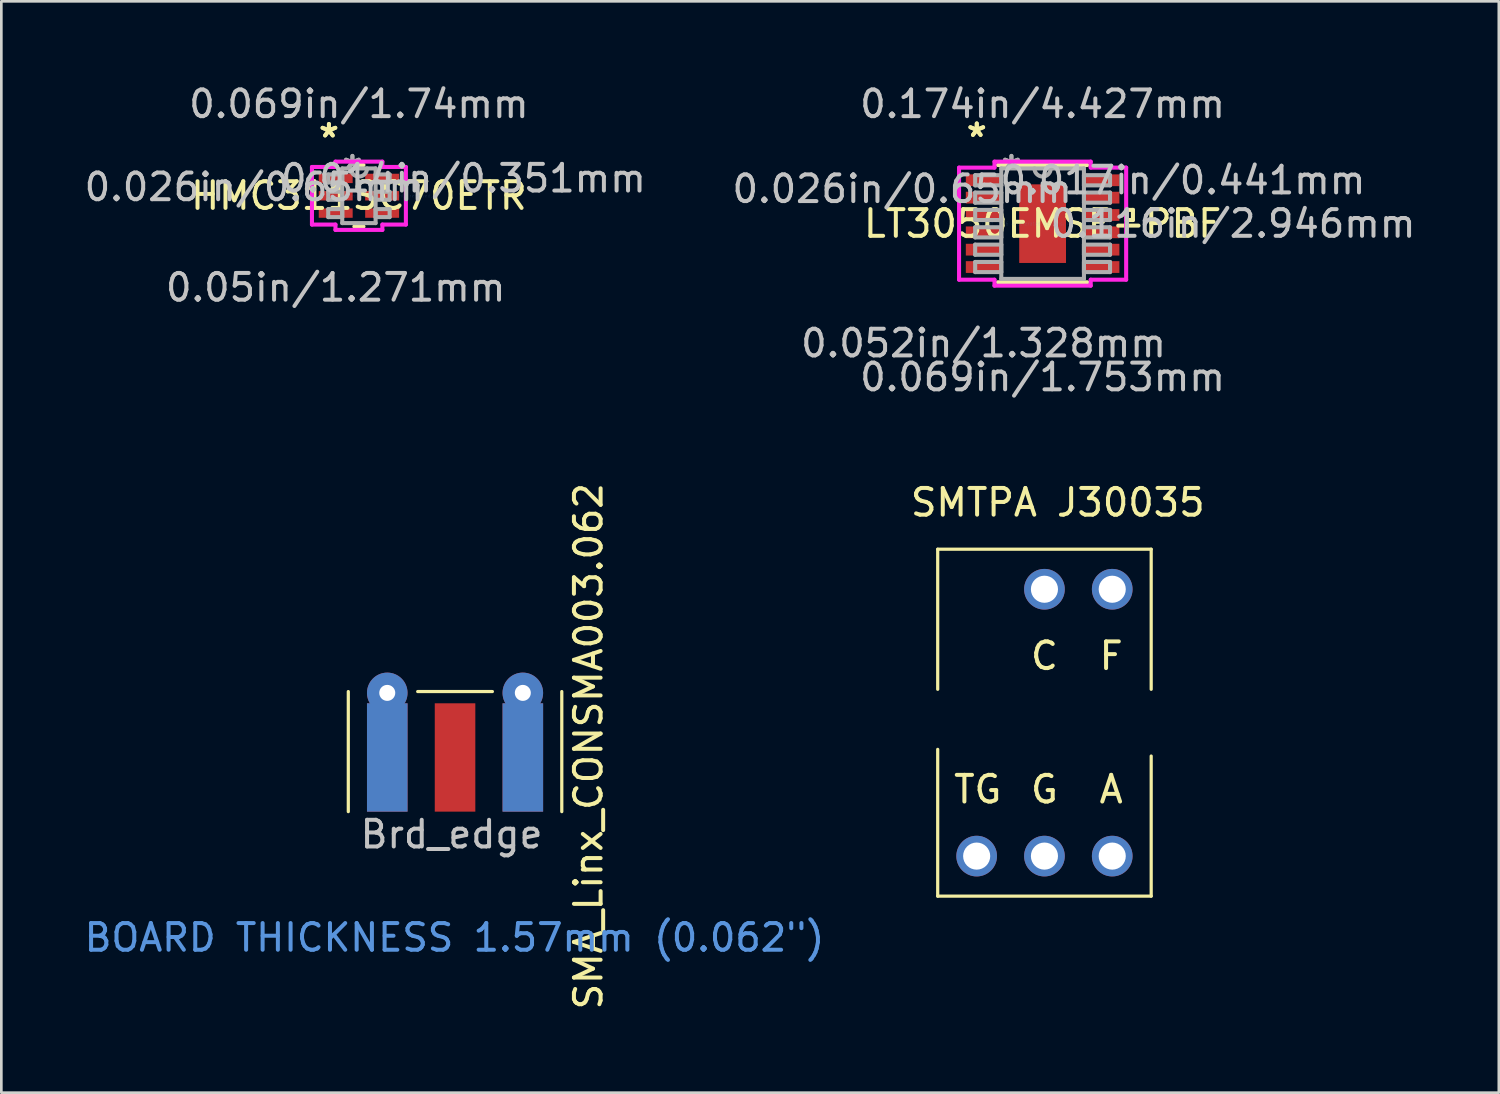
<source format=kicad_pcb>
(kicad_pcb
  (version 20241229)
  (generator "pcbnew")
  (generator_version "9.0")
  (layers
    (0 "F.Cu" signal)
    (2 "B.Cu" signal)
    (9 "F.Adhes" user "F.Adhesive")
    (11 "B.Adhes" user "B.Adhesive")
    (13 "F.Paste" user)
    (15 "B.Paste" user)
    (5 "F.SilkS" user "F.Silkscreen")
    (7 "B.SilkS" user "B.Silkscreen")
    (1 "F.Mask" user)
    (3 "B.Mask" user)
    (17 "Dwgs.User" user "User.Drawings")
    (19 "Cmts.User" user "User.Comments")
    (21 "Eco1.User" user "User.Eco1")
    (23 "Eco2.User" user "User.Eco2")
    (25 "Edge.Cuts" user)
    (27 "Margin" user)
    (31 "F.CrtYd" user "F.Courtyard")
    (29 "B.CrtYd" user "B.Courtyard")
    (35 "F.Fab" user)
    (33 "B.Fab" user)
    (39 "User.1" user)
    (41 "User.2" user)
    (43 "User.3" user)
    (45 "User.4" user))
  (footprint "HMC311SC70ETR"
    (layer "F.Cu")
    (at 10.4 4.286)
    (property "Reference" "HMC311SC70ETR" (at 0 0 0) (layer "F.SilkS") (effects (font (size 1 1) (thickness 0.15))))
    (attr through_hole)
    (fp_line (start -0.171 1.152) (end 0.171 1.152) (stroke (width 0.152) (type solid)) (layer "F.SilkS"))
    (fp_line (start 0.171 -1.152) (end -0.171 -1.152) (stroke (width 0.152) (type solid)) (layer "F.SilkS"))
    (fp_line (start -1.76 -1.079) (end -0.879 -1.079) (stroke (width 0.152) (type solid)) (layer "F.CrtYd"))
    (fp_line (start -1.76 1.079) (end -1.76 -1.079) (stroke (width 0.152) (type solid)) (layer "F.CrtYd"))
    (fp_line (start -0.879 -1.279) (end 0.879 -1.279) (stroke (width 0.152) (type solid)) (layer "F.CrtYd"))
    (fp_line (start -0.879 -1.079) (end -0.879 -1.279) (stroke (width 0.152) (type solid)) (layer "F.CrtYd"))
    (fp_line (start -0.879 1.079) (end -1.76 1.079) (stroke (width 0.152) (type solid)) (layer "F.CrtYd"))
    (fp_line (start -0.879 1.279) (end -0.879 1.079) (stroke (width 0.152) (type solid)) (layer "F.CrtYd"))
    (fp_line (start 0.879 -1.279) (end 0.879 -1.079) (stroke (width 0.152) (type solid)) (layer "F.CrtYd"))
    (fp_line (start 0.879 -1.079) (end 1.76 -1.079) (stroke (width 0.152) (type solid)) (layer "F.CrtYd"))
    (fp_line (start 0.879 1.079) (end 0.879 1.279) (stroke (width 0.152) (type solid)) (layer "F.CrtYd"))
    (fp_line (start 0.879 1.279) (end -0.879 1.279) (stroke (width 0.152) (type solid)) (layer "F.CrtYd"))
    (fp_line (start 1.76 -1.079) (end 1.76 1.079) (stroke (width 0.152) (type solid)) (layer "F.CrtYd"))
    (fp_line (start 1.76 1.079) (end 0.879 1.079) (stroke (width 0.152) (type solid)) (layer "F.CrtYd"))
    (fp_line (start -1.15 -0.8) (end -1.15 -0.5) (stroke (width 0.152) (type solid)) (layer "F.Fab"))
    (fp_line (start -1.15 -0.5) (end -0.625 -0.5) (stroke (width 0.152) (type solid)) (layer "F.Fab"))
    (fp_line (start -1.15 -0.15) (end -1.15 0.15) (stroke (width 0.152) (type solid)) (layer "F.Fab"))
    (fp_line (start -1.15 0.15) (end -0.625 0.15) (stroke (width 0.152) (type solid)) (layer "F.Fab"))
    (fp_line (start -1.15 0.5) (end -1.15 0.8) (stroke (width 0.152) (type solid)) (layer "F.Fab"))
    (fp_line (start -1.15 0.8) (end -0.625 0.8) (stroke (width 0.152) (type solid)) (layer "F.Fab"))
    (fp_line (start -0.625 -1.025) (end -0.625 1.025) (stroke (width 0.152) (type solid)) (layer "F.Fab"))
    (fp_line (start -0.625 -0.8) (end -1.15 -0.8) (stroke (width 0.152) (type solid)) (layer "F.Fab"))
    (fp_line (start -0.625 -0.5) (end -0.625 -0.8) (stroke (width 0.152) (type solid)) (layer "F.Fab"))
    (fp_line (start -0.625 -0.15) (end -1.15 -0.15) (stroke (width 0.152) (type solid)) (layer "F.Fab"))
    (fp_line (start -0.625 0.15) (end -0.625 -0.15) (stroke (width 0.152) (type solid)) (layer "F.Fab"))
    (fp_line (start -0.625 0.5) (end -1.15 0.5) (stroke (width 0.152) (type solid)) (layer "F.Fab"))
    (fp_line (start -0.625 0.8) (end -0.625 0.5) (stroke (width 0.152) (type solid)) (layer "F.Fab"))
    (fp_line (start -0.625 1.025) (end 0.625 1.025) (stroke (width 0.152) (type solid)) (layer "F.Fab"))
    (fp_line (start 0.625 -1.025) (end -0.625 -1.025) (stroke (width 0.152) (type solid)) (layer "F.Fab"))
    (fp_line (start 0.625 -0.8) (end 0.625 -0.5) (stroke (width 0.152) (type solid)) (layer "F.Fab"))
    (fp_line (start 0.625 -0.5) (end 1.15 -0.5) (stroke (width 0.152) (type solid)) (layer "F.Fab"))
    (fp_line (start 0.625 -0.15) (end 0.625 0.15) (stroke (width 0.152) (type solid)) (layer "F.Fab"))
    (fp_line (start 0.625 0.15) (end 1.15 0.15) (stroke (width 0.152) (type solid)) (layer "F.Fab"))
    (fp_line (start 0.625 0.5) (end 0.625 0.8) (stroke (width 0.152) (type solid)) (layer "F.Fab"))
    (fp_line (start 0.625 0.8) (end 1.15 0.8) (stroke (width 0.152) (type solid)) (layer "F.Fab"))
    (fp_line (start 0.625 1.025) (end 0.625 -1.025) (stroke (width 0.152) (type solid)) (layer "F.Fab"))
    (fp_line (start 1.15 -0.8) (end 0.625 -0.8) (stroke (width 0.152) (type solid)) (layer "F.Fab"))
    (fp_line (start 1.15 -0.5) (end 1.15 -0.8) (stroke (width 0.152) (type solid)) (layer "F.Fab"))
    (fp_line (start 1.15 -0.15) (end 0.625 -0.15) (stroke (width 0.152) (type solid)) (layer "F.Fab"))
    (fp_line (start 1.15 0.15) (end 1.15 -0.15) (stroke (width 0.152) (type solid)) (layer "F.Fab"))
    (fp_line (start 1.15 0.5) (end 0.625 0.5) (stroke (width 0.152) (type solid)) (layer "F.Fab"))
    (fp_line (start 1.15 0.8) (end 1.15 0.5) (stroke (width 0.152) (type solid)) (layer "F.Fab"))
    (fp_arc (start 0.3048 -1.025) (mid 0 -0.7202) (end -0.3048 -1.025) (stroke (width 0.1524) (type solid)) (layer "F.Fab"))
    (fp_text user "*" (at -1.124 -2.144 0) (layer "F.SilkS") (effects (font (size 1 1) (thickness 0.15))))
    (fp_text user "*" (at -1.124 -2.144 0) (layer "F.SilkS") (effects (font (size 1 1) (thickness 0.15))))
    (fp_text user "0.05in/1.271mm" (at -0.87 3.438 0) (layer "Dwgs.User") (effects (font (size 1 1) (thickness 0.15))))
    (fp_text user "0.026in/0.65mm" (at -3.918 -0.325 0) (layer "Dwgs.User") (effects (font (size 1 1) (thickness 0.15))))
    (fp_text user "0.014in/0.351mm" (at 3.918 -0.65 0) (layer "Dwgs.User") (effects (font (size 1 1) (thickness 0.15))))
    (fp_text user "0.069in/1.74mm" (at 0 -3.438 0) (layer "Dwgs.User") (effects (font (size 1 1) (thickness 0.15))))
    (fp_text user "Copyright 2016 Accelerated Designs. All rights reserved." (at 0 0 0) (layer "Cmts.User") (effects (font (size 0.127 0.127) (thickness 0.002))))
    (fp_text user "*" (at -0.244 -0.949 0) (layer "F.Fab") (effects (font (size 1 1) (thickness 0.15))))
    (fp_text user "*" (at -0.244 -0.949 0) (layer "F.Fab") (effects (font (size 1 1) (thickness 0.15))))
    (pad "1" smd rect (at -0.87 -0.65) (size 1.271 0.351) (layers "F.Cu" "F.Mask" "F.Paste"))
    (pad "2" smd rect (at -0.87 0) (size 1.271 0.351) (layers "F.Cu" "F.Mask" "F.Paste"))
    (pad "3" smd rect (at -0.87 0.65) (size 1.271 0.351) (layers "F.Cu" "F.Mask" "F.Paste"))
    (pad "4" smd rect (at 0.87 0.65) (size 1.271 0.351) (layers "F.Cu" "F.Mask" "F.Paste"))
    (pad "5" smd rect (at 0.87 0) (size 1.271 0.351) (layers "F.Cu" "F.Mask" "F.Paste"))
    (pad "6" smd rect (at 0.87 -0.65) (size 1.271 0.351) (layers "F.Cu" "F.Mask" "F.Paste")))
  (footprint "SMA_Linx_CONSMA003.062"
    (layer "F.Cu")
    (at 14.002 27.365)
    (property "Reference" "SMA_Linx_CONSMA003.062" (at 5 -2.45 90) (layer "F.SilkS") (effects (font (size 1 1) (thickness 0.15))))
    (attr exclude_from_pos_files exclude_from_bom)
    (fp_line (start -4 0) (end -4 -4.5) (stroke (width 0.12) (type solid)) (layer "F.SilkS"))
    (fp_line (start -1.4 -4.5) (end 1.4 -4.5) (stroke (width 0.12) (type solid)) (layer "F.SilkS"))
    (fp_line (start 4 -4.5) (end 4 0) (stroke (width 0.12) (type solid)) (layer "F.SilkS"))
    (fp_text user "Brd_edge" (at -0.13 0.85 0) (layer "Dwgs.User") (effects (font (size 1 1) (thickness 0.15))))
    (fp_text user "BOARD THICKNESS 1.57mm (0.062\")" (at -0.02 4.72 0) (layer "Cmts.User") (effects (font (size 1 1) (thickness 0.15))))
    (pad "1" smd rect (at 0 -2.03) (size 1.52 4.06) (layers "F.Cu" "F.Mask" "F.Paste"))
    (pad "2" thru_hole circle (at -2.54 -4.45) (size 1.52 1.52) (drill 0.6) (layers "*.Cu" "*.Mask"))
    (pad "2" smd rect (at -2.54 -2.03) (size 1.52 4.06) (layers "F.Cu" "F.Mask" "F.Paste"))
    (pad "2" smd rect (at -2.54 -2.03) (size 1.52 4.06) (layers "B.Cu" "B.Mask" "B.Paste"))
    (pad "2" thru_hole circle (at 2.54 -4.45) (size 1.52 1.52) (drill 0.6) (layers "*.Cu" "*.Mask"))
    (pad "2" smd rect (at 2.54 -2.03) (size 1.52 4.06) (layers "F.Cu" "F.Mask" "F.Paste"))
    (pad "2" smd rect (at 2.54 -2.03) (size 1.52 4.06) (layers "B.Cu" "B.Mask" "B.Paste")))
  (footprint "SMTPA J30035"
    (layer "F.Cu")
    (at 36.089 24.031)
    (property "Reference" "SMTPA J30035" (at 0.5 -8.25 0) (layer "F.SilkS") (effects (font (size 1 1) (thickness 0.15))))
    (attr through_hole)
    (fp_line (start -4 -6.5) (end -4 -1.25) (stroke (width 0.12) (type solid)) (layer "F.SilkS"))
    (fp_line (start -4 1) (end -4 6.5) (stroke (width 0.12) (type solid)) (layer "F.SilkS"))
    (fp_line (start -4 6.5) (end 4 6.5) (stroke (width 0.12) (type solid)) (layer "F.SilkS"))
    (fp_line (start 4 -6.5) (end -4 -6.5) (stroke (width 0.12) (type solid)) (layer "F.SilkS"))
    (fp_line (start 4 -1.25) (end 4 -6.5) (stroke (width 0.12) (type solid)) (layer "F.SilkS"))
    (fp_line (start 4 6.5) (end 4 1.25) (stroke (width 0.12) (type solid)) (layer "F.SilkS"))
    (fp_text user "TG" (at -2.5 2.5 0) (layer "F.SilkS") (effects (font (size 1 1) (thickness 0.15))))
    (fp_text user "A" (at 2.5 2.5 0) (layer "F.SilkS") (effects (font (size 1 1) (thickness 0.15))))
    (fp_text user "G" (at 0 2.5 0) (layer "F.SilkS") (effects (font (size 1 1) (thickness 0.15))))
    (fp_text user "C" (at 0 -2.5 0) (layer "F.SilkS") (effects (font (size 1 1) (thickness 0.15))))
    (fp_text user "F" (at 2.5 -2.5 0) (layer "F.SilkS") (effects (font (size 1 1) (thickness 0.15))))
    (pad "1" thru_hole circle (at 2.54 5 90) (size 1.524 1.524) (drill 1.016) (layers "*.Cu" "*.Mask"))
    (pad "2" thru_hole circle (at 2.54 -5 90) (size 1.524 1.524) (drill 1.016) (layers "*.Cu" "*.Mask"))
    (pad "3" thru_hole circle (at 0 -5 90) (size 1.524 1.524) (drill 1.016) (layers "*.Cu" "*.Mask"))
    (pad "4" thru_hole circle (at -2.54 5 90) (size 1.524 1.524) (drill 1.016) (layers "*.Cu" "*.Mask"))
    (pad "5" thru_hole circle (at 0 5 90) (size 1.524 1.524) (drill 1.016) (layers "*.Cu" "*.Mask")))
  (footprint "LT3050EMSE-PBF"
    (layer "F.Cu")
    (at 36.02 5.331)
    (property "Reference" "LT3050EMSE-PBF" (at 0 0 0) (layer "F.SilkS") (effects (font (size 1 1) (thickness 0.15))))
    (attr through_hole)
    (fp_line (start -1.676 2.197) (end 1.676 2.197) (stroke (width 0.152) (type solid)) (layer "F.SilkS"))
    (fp_line (start 1.676 -2.197) (end -1.676 -2.197) (stroke (width 0.152) (type solid)) (layer "F.SilkS"))
    (fp_line (start 3.131 -0.516) (end 3.385 -0.516) (stroke (width 0.152) (type solid)) (layer "F.SilkS"))
    (fp_line (start 3.131 -0.135) (end 3.131 -0.516) (stroke (width 0.152) (type solid)) (layer "F.SilkS"))
    (fp_line (start 3.385 -0.516) (end 3.385 -0.135) (stroke (width 0.152) (type solid)) (layer "F.SilkS"))
    (fp_line (start 3.385 -0.135) (end 3.131 -0.135) (stroke (width 0.152) (type solid)) (layer "F.SilkS"))
    (fp_line (start -0.776 -1.373) (end -0.776 -0.1) (stroke (width 0.152) (type solid)) (layer "F.Paste"))
    (fp_line (start -0.776 -0.1) (end 0.776 -0.1) (stroke (width 0.152) (type solid)) (layer "F.Paste"))
    (fp_line (start -0.776 0.1) (end -0.776 1.373) (stroke (width 0.152) (type solid)) (layer "F.Paste"))
    (fp_line (start -0.776 1.373) (end 0.776 1.373) (stroke (width 0.152) (type solid)) (layer "F.Paste"))
    (fp_line (start 0.776 -1.373) (end -0.776 -1.373) (stroke (width 0.152) (type solid)) (layer "F.Paste"))
    (fp_line (start 0.776 -0.1) (end 0.776 -1.373) (stroke (width 0.152) (type solid)) (layer "F.Paste"))
    (fp_line (start 0.776 0.1) (end -0.776 0.1) (stroke (width 0.152) (type solid)) (layer "F.Paste"))
    (fp_line (start 0.776 1.373) (end 0.776 0.1) (stroke (width 0.152) (type solid)) (layer "F.Paste"))
    (fp_line (start -3.131 -2.1) (end -1.803 -2.1) (stroke (width 0.152) (type solid)) (layer "F.CrtYd"))
    (fp_line (start -3.131 2.1) (end -3.131 -2.1) (stroke (width 0.152) (type solid)) (layer "F.CrtYd"))
    (fp_line (start -1.803 -2.324) (end 1.803 -2.324) (stroke (width 0.152) (type solid)) (layer "F.CrtYd"))
    (fp_line (start -1.803 -2.1) (end -1.803 -2.324) (stroke (width 0.152) (type solid)) (layer "F.CrtYd"))
    (fp_line (start -1.803 2.1) (end -3.131 2.1) (stroke (width 0.152) (type solid)) (layer "F.CrtYd"))
    (fp_line (start -1.803 2.324) (end -1.803 2.1) (stroke (width 0.152) (type solid)) (layer "F.CrtYd"))
    (fp_line (start 1.803 -2.324) (end 1.803 -2.1) (stroke (width 0.152) (type solid)) (layer "F.CrtYd"))
    (fp_line (start 1.803 -2.1) (end 3.131 -2.1) (stroke (width 0.152) (type solid)) (layer "F.CrtYd"))
    (fp_line (start 1.803 2.1) (end 1.803 2.324) (stroke (width 0.152) (type solid)) (layer "F.CrtYd"))
    (fp_line (start 1.803 2.324) (end -1.803 2.324) (stroke (width 0.152) (type solid)) (layer "F.CrtYd"))
    (fp_line (start 3.131 -2.1) (end 3.131 2.1) (stroke (width 0.152) (type solid)) (layer "F.CrtYd"))
    (fp_line (start 3.131 2.1) (end 1.803 2.1) (stroke (width 0.152) (type solid)) (layer "F.CrtYd"))
    (fp_line (start -2.527 -1.816) (end -2.527 -1.435) (stroke (width 0.152) (type solid)) (layer "F.Fab"))
    (fp_line (start -2.527 -1.435) (end -1.549 -1.435) (stroke (width 0.152) (type solid)) (layer "F.Fab"))
    (fp_line (start -2.527 -1.166) (end -2.527 -0.785) (stroke (width 0.152) (type solid)) (layer "F.Fab"))
    (fp_line (start -2.527 -0.785) (end -1.549 -0.785) (stroke (width 0.152) (type solid)) (layer "F.Fab"))
    (fp_line (start -2.527 -0.516) (end -2.527 -0.135) (stroke (width 0.152) (type solid)) (layer "F.Fab"))
    (fp_line (start -2.527 -0.135) (end -1.549 -0.135) (stroke (width 0.152) (type solid)) (layer "F.Fab"))
    (fp_line (start -2.527 0.135) (end -2.527 0.516) (stroke (width 0.152) (type solid)) (layer "F.Fab"))
    (fp_line (start -2.527 0.516) (end -1.549 0.516) (stroke (width 0.152) (type solid)) (layer "F.Fab"))
    (fp_line (start -2.527 0.785) (end -2.527 1.166) (stroke (width 0.152) (type solid)) (layer "F.Fab"))
    (fp_line (start -2.527 1.166) (end -1.549 1.166) (stroke (width 0.152) (type solid)) (layer "F.Fab"))
    (fp_line (start -2.527 1.435) (end -2.527 1.816) (stroke (width 0.152) (type solid)) (layer "F.Fab"))
    (fp_line (start -2.527 1.816) (end -1.549 1.816) (stroke (width 0.152) (type solid)) (layer "F.Fab"))
    (fp_line (start -1.549 -2.07) (end -1.549 2.07) (stroke (width 0.152) (type solid)) (layer "F.Fab"))
    (fp_line (start -1.549 -1.816) (end -2.527 -1.816) (stroke (width 0.152) (type solid)) (layer "F.Fab"))
    (fp_line (start -1.549 -1.435) (end -1.549 -1.816) (stroke (width 0.152) (type solid)) (layer "F.Fab"))
    (fp_line (start -1.549 -1.166) (end -2.527 -1.166) (stroke (width 0.152) (type solid)) (layer "F.Fab"))
    (fp_line (start -1.549 -0.785) (end -1.549 -1.166) (stroke (width 0.152) (type solid)) (layer "F.Fab"))
    (fp_line (start -1.549 -0.516) (end -2.527 -0.516) (stroke (width 0.152) (type solid)) (layer "F.Fab"))
    (fp_line (start -1.549 -0.135) (end -1.549 -0.516) (stroke (width 0.152) (type solid)) (layer "F.Fab"))
    (fp_line (start -1.549 0.135) (end -2.527 0.135) (stroke (width 0.152) (type solid)) (layer "F.Fab"))
    (fp_line (start -1.549 0.516) (end -1.549 0.135) (stroke (width 0.152) (type solid)) (layer "F.Fab"))
    (fp_line (start -1.549 0.785) (end -2.527 0.785) (stroke (width 0.152) (type solid)) (layer "F.Fab"))
    (fp_line (start -1.549 1.166) (end -1.549 0.785) (stroke (width 0.152) (type solid)) (layer "F.Fab"))
    (fp_line (start -1.549 1.435) (end -2.527 1.435) (stroke (width 0.152) (type solid)) (layer "F.Fab"))
    (fp_line (start -1.549 1.816) (end -1.549 1.435) (stroke (width 0.152) (type solid)) (layer "F.Fab"))
    (fp_line (start -1.549 2.07) (end 1.549 2.07) (stroke (width 0.152) (type solid)) (layer "F.Fab"))
    (fp_line (start 1.549 -2.07) (end -1.549 -2.07) (stroke (width 0.152) (type solid)) (layer "F.Fab"))
    (fp_line (start 1.549 -1.816) (end 1.549 -1.435) (stroke (width 0.152) (type solid)) (layer "F.Fab"))
    (fp_line (start 1.549 -1.435) (end 2.527 -1.435) (stroke (width 0.152) (type solid)) (layer "F.Fab"))
    (fp_line (start 1.549 -1.166) (end 1.549 -0.785) (stroke (width 0.152) (type solid)) (layer "F.Fab"))
    (fp_line (start 1.549 -0.785) (end 2.527 -0.785) (stroke (width 0.152) (type solid)) (layer "F.Fab"))
    (fp_line (start 1.549 -0.516) (end 1.549 -0.135) (stroke (width 0.152) (type solid)) (layer "F.Fab"))
    (fp_line (start 1.549 -0.135) (end 2.527 -0.135) (stroke (width 0.152) (type solid)) (layer "F.Fab"))
    (fp_line (start 1.549 0.135) (end 1.549 0.516) (stroke (width 0.152) (type solid)) (layer "F.Fab"))
    (fp_line (start 1.549 0.516) (end 2.527 0.516) (stroke (width 0.152) (type solid)) (layer "F.Fab"))
    (fp_line (start 1.549 0.785) (end 1.549 1.166) (stroke (width 0.152) (type solid)) (layer "F.Fab"))
    (fp_line (start 1.549 1.166) (end 2.527 1.166) (stroke (width 0.152) (type solid)) (layer "F.Fab"))
    (fp_line (start 1.549 1.435) (end 1.549 1.816) (stroke (width 0.152) (type solid)) (layer "F.Fab"))
    (fp_line (start 1.549 1.816) (end 2.527 1.816) (stroke (width 0.152) (type solid)) (layer "F.Fab"))
    (fp_line (start 1.549 2.07) (end 1.549 -2.07) (stroke (width 0.152) (type solid)) (layer "F.Fab"))
    (fp_line (start 2.527 -1.816) (end 1.549 -1.816) (stroke (width 0.152) (type solid)) (layer "F.Fab"))
    (fp_line (start 2.527 -1.435) (end 2.527 -1.816) (stroke (width 0.152) (type solid)) (layer "F.Fab"))
    (fp_line (start 2.527 -1.166) (end 1.549 -1.166) (stroke (width 0.152) (type solid)) (layer "F.Fab"))
    (fp_line (start 2.527 -0.785) (end 2.527 -1.166) (stroke (width 0.152) (type solid)) (layer "F.Fab"))
    (fp_line (start 2.527 -0.516) (end 1.549 -0.516) (stroke (width 0.152) (type solid)) (layer "F.Fab"))
    (fp_line (start 2.527 -0.135) (end 2.527 -0.516) (stroke (width 0.152) (type solid)) (layer "F.Fab"))
    (fp_line (start 2.527 0.135) (end 1.549 0.135) (stroke (width 0.152) (type solid)) (layer "F.Fab"))
    (fp_line (start 2.527 0.516) (end 2.527 0.135) (stroke (width 0.152) (type solid)) (layer "F.Fab"))
    (fp_line (start 2.527 0.785) (end 1.549 0.785) (stroke (width 0.152) (type solid)) (layer "F.Fab"))
    (fp_line (start 2.527 1.166) (end 2.527 0.785) (stroke (width 0.152) (type solid)) (layer "F.Fab"))
    (fp_line (start 2.527 1.435) (end 1.549 1.435) (stroke (width 0.152) (type solid)) (layer "F.Fab"))
    (fp_line (start 2.527 1.816) (end 2.527 1.435) (stroke (width 0.152) (type solid)) (layer "F.Fab"))
    (fp_arc (start 0.3048 -2.0701) (mid 0 -1.7653) (end -0.3048 -2.0701) (stroke (width 0.1524) (type solid)) (layer "F.Fab"))
    (fp_text user "*" (at -2.467 -3.21 0) (layer "F.SilkS") (effects (font (size 1 1) (thickness 0.15))))
    (fp_text user "*" (at -2.467 -3.21 0) (layer "F.SilkS") (effects (font (size 1 1) (thickness 0.15))))
    (fp_text user "0.116in/2.946mm" (at 7.137 0 0) (layer "Dwgs.User") (effects (font (size 1 1) (thickness 0.15))))
    (fp_text user "0.052in/1.328mm" (at -2.213 4.483 0) (layer "Dwgs.User") (effects (font (size 1 1) (thickness 0.15))))
    (fp_text user "0.174in/4.427mm" (at 0 -4.483 0) (layer "Dwgs.User") (effects (font (size 1 1) (thickness 0.15))))
    (fp_text user "0.069in/1.753mm" (at 0 5.753 0) (layer "Dwgs.User") (effects (font (size 1 1) (thickness 0.15))))
    (fp_text user "0.017in/0.441mm" (at 5.261 -1.626 0) (layer "Dwgs.User") (effects (font (size 1 1) (thickness 0.15))))
    (fp_text user "0.026in/0.65mm" (at -5.261 -1.3 0) (layer "Dwgs.User") (effects (font (size 1 1) (thickness 0.15))))
    (fp_text user "Copyright 2016 Accelerated Designs. All rights reserved." (at 0 0 0) (layer "Cmts.User") (effects (font (size 0.127 0.127) (thickness 0.002))))
    (fp_text user "*" (at -1.168 -1.994 0) (layer "F.Fab") (effects (font (size 1 1) (thickness 0.15))))
    (fp_text user "*" (at -1.168 -1.994 0) (layer "F.Fab") (effects (font (size 1 1) (thickness 0.15))))
    (pad "1" smd rect (at -2.213 -1.626) (size 1.328 0.441) (layers "F.Cu" "F.Mask" "F.Paste"))
    (pad "2" smd rect (at -2.213 -0.975) (size 1.328 0.441) (layers "F.Cu" "F.Mask" "F.Paste"))
    (pad "3" smd rect (at -2.213 -0.325) (size 1.328 0.441) (layers "F.Cu" "F.Mask" "F.Paste"))
    (pad "4" smd rect (at -2.213 0.325) (size 1.328 0.441) (layers "F.Cu" "F.Mask" "F.Paste"))
    (pad "5" smd rect (at -2.213 0.975) (size 1.328 0.441) (layers "F.Cu" "F.Mask" "F.Paste"))
    (pad "6" smd rect (at -2.213 1.626) (size 1.328 0.441) (layers "F.Cu" "F.Mask" "F.Paste"))
    (pad "7" smd rect (at 2.213 1.626) (size 1.328 0.441) (layers "F.Cu" "F.Mask" "F.Paste"))
    (pad "8" smd rect (at 2.213 0.975) (size 1.328 0.441) (layers "F.Cu" "F.Mask" "F.Paste"))
    (pad "9" smd rect (at 2.213 0.325) (size 1.328 0.441) (layers "F.Cu" "F.Mask" "F.Paste"))
    (pad "10" smd rect (at 2.213 -0.325) (size 1.328 0.441) (layers "F.Cu" "F.Mask" "F.Paste"))
    (pad "11" smd rect (at 2.213 -0.975) (size 1.328 0.441) (layers "F.Cu" "F.Mask" "F.Paste"))
    (pad "12" smd rect (at 2.213 -1.626) (size 1.328 0.441) (layers "F.Cu" "F.Mask" "F.Paste"))
    (pad "EPAD" smd rect (at 0 0) (size 1.753 2.946) (layers "F.Cu" "F.Mask" "F.Paste")))
  (gr_rect
    (start -3 -3)
    (end 53.116 37.897)
    (stroke (width 0.1) (type default))
    (fill no)
    (layer "Edge.Cuts")))
</source>
